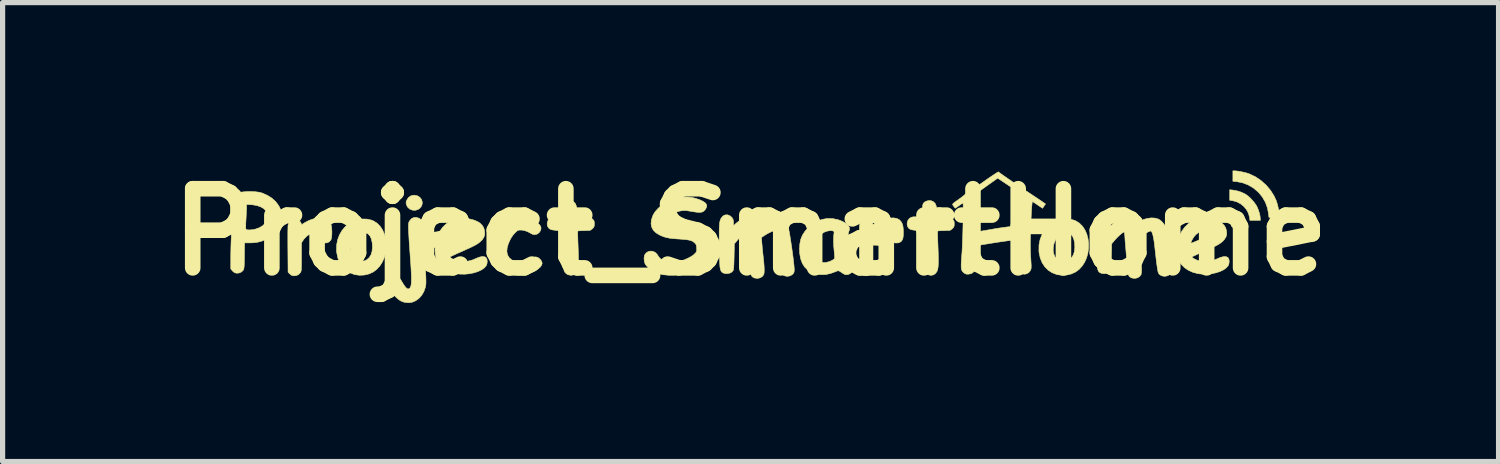
<source format=kicad_pcb>
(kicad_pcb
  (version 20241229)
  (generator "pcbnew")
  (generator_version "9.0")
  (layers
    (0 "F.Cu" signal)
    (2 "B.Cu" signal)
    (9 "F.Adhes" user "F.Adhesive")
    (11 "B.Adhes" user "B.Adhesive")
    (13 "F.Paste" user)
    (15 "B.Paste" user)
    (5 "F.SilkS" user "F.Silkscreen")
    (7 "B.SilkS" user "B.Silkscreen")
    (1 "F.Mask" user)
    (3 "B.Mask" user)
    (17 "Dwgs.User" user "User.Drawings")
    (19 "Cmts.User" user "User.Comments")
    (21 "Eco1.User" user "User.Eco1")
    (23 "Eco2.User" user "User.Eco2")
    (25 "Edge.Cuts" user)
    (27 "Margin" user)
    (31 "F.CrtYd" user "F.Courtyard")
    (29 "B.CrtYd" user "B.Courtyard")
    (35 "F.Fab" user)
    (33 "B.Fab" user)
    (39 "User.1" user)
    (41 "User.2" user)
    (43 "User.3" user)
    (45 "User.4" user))
  (footprint "Project_SmartHome"
    (layer "F.Cu")
    (at 11.401 1.418)
    (property "Reference" "Project_SmartHome" (at 0 0 0) (layer "F.SilkS") (effects (font (size 1.524 1.524) (thickness 0.3))))
    (attr through_hole)
    (fp_poly (pts (xy 9.161 -0.453) (xy 9.237 -0.433) (xy 9.306 -0.396) (xy 9.365 -0.344) (xy 9.412 -0.281) (xy 9.444 -0.21) (xy 9.455 -0.159) (xy 9.462 -0.112) (xy 9.258 -0.112) (xy 9.252 -0.143) (xy 9.237 -0.176) (xy 9.21 -0.209) (xy 9.177 -0.236) (xy 9.145 -0.25) (xy 9.114 -0.257) (xy 9.114 -0.46) (xy 9.161 -0.453)) (stroke (width 0.01) (type solid)) (fill yes) (layer "F.SilkS"))
    (fp_poly (pts (xy -6.462 -0.709) (xy -6.409 -0.696) (xy -6.368 -0.669) (xy -6.339 -0.633) (xy -6.323 -0.591) (xy -6.321 -0.546) (xy -6.334 -0.503) (xy -6.362 -0.464) (xy -6.401 -0.435) (xy -6.453 -0.419) (xy -6.507 -0.421) (xy -6.56 -0.442) (xy -6.598 -0.474) (xy -6.618 -0.508) (xy -6.631 -0.544) (xy -6.633 -0.572) (xy -6.625 -0.601) (xy -6.614 -0.625) (xy -6.582 -0.669) (xy -6.539 -0.698) (xy -6.486 -0.71) (xy -6.462 -0.709)) (stroke (width 0.01) (type solid)) (fill yes) (layer "F.SilkS"))
    (fp_poly (pts (xy 9.289 -0.808) (xy 9.362 -0.795) (xy 9.439 -0.771) (xy 9.509 -0.74) (xy 9.54 -0.722) (xy 9.59 -0.684) (xy 9.642 -0.634) (xy 9.69 -0.579) (xy 9.731 -0.523) (xy 9.752 -0.485) (xy 9.775 -0.43) (xy 9.795 -0.369) (xy 9.808 -0.311) (xy 9.814 -0.262) (xy 9.814 -0.257) (xy 9.815 -0.224) (xy 9.614 -0.224) (xy 9.607 -0.279) (xy 9.587 -0.357) (xy 9.55 -0.429) (xy 9.498 -0.492) (xy 9.434 -0.544) (xy 9.36 -0.583) (xy 9.278 -0.605) (xy 9.27 -0.606) (xy 9.225 -0.612) (xy 9.225 -0.815) (xy 9.289 -0.808)) (stroke (width 0.01) (type solid)) (fill yes) (layer "F.SilkS"))
    (fp_poly (pts (xy 9.366 -1.175) (xy 9.424 -1.166) (xy 9.488 -1.153) (xy 9.549 -1.138) (xy 9.602 -1.121) (xy 9.607 -1.118) (xy 9.723 -1.063) (xy 9.83 -0.99) (xy 9.927 -0.903) (xy 10.011 -0.803) (xy 10.08 -0.694) (xy 10.12 -0.606) (xy 10.137 -0.554) (xy 10.153 -0.494) (xy 10.167 -0.43) (xy 10.176 -0.371) (xy 10.18 -0.324) (xy 10.18 -0.319) (xy 10.18 -0.284) (xy 9.98 -0.284) (xy 9.973 -0.351) (xy 9.951 -0.465) (xy 9.911 -0.575) (xy 9.852 -0.676) (xy 9.778 -0.766) (xy 9.773 -0.771) (xy 9.683 -0.847) (xy 9.583 -0.906) (xy 9.474 -0.948) (xy 9.36 -0.971) (xy 9.353 -0.971) (xy 9.286 -0.978) (xy 9.286 -1.179) (xy 9.32 -1.179) (xy 9.366 -1.175)) (stroke (width 0.01) (type solid)) (fill yes) (layer "F.SilkS"))
    (fp_poly (pts (xy -7.386 -0.25) (xy -7.305 -0.232) (xy -7.259 -0.214) (xy -7.189 -0.169) (xy -7.13 -0.109) (xy -7.084 -0.038) (xy -7.049 0.042) (xy -7.026 0.129) (xy -7.015 0.22) (xy -7.016 0.313) (xy -7.029 0.405) (xy -7.053 0.494) (xy -7.09 0.578) (xy -7.138 0.653) (xy -7.198 0.719) (xy -7.266 0.769) (xy -7.346 0.806) (xy -7.435 0.827) (xy -7.527 0.832) (xy -7.617 0.82) (xy -7.63 0.817) (xy -7.717 0.783) (xy -7.793 0.734) (xy -7.858 0.669) (xy -7.909 0.591) (xy -7.946 0.501) (xy -7.967 0.4) (xy -7.972 0.358) (xy -7.971 0.347) (xy -7.697 0.347) (xy -7.687 0.414) (xy -7.665 0.47) (xy -7.631 0.516) (xy -7.589 0.548) (xy -7.539 0.566) (xy -7.483 0.567) (xy -7.424 0.55) (xy -7.393 0.535) (xy -7.345 0.495) (xy -7.309 0.44) (xy -7.288 0.372) (xy -7.28 0.291) (xy -7.285 0.207) (xy -7.301 0.133) (xy -7.327 0.077) (xy -7.363 0.037) (xy -7.41 0.015) (xy -7.452 0.01) (xy -7.511 0.02) (xy -7.566 0.048) (xy -7.614 0.091) (xy -7.652 0.15) (xy -7.68 0.22) (xy -7.692 0.272) (xy -7.697 0.347) (xy -7.971 0.347) (xy -7.97 0.251) (xy -7.951 0.15) (xy -7.916 0.055) (xy -7.866 -0.031) (xy -7.804 -0.105) (xy -7.729 -0.167) (xy -7.644 -0.213) (xy -7.563 -0.24) (xy -7.474 -0.252) (xy -7.386 -0.25)) (stroke (width 0.01) (type solid)) (fill yes) (layer "F.SilkS"))
    (fp_poly (pts (xy 6.137 -0.25) (xy 6.218 -0.232) (xy 6.264 -0.214) (xy 6.334 -0.169) (xy 6.393 -0.109) (xy 6.439 -0.038) (xy 6.474 0.042) (xy 6.497 0.129) (xy 6.508 0.22) (xy 6.507 0.313) (xy 6.494 0.405) (xy 6.47 0.494) (xy 6.433 0.578) (xy 6.385 0.653) (xy 6.325 0.719) (xy 6.257 0.769) (xy 6.177 0.806) (xy 6.088 0.827) (xy 5.996 0.832) (xy 5.906 0.82) (xy 5.893 0.817) (xy 5.806 0.783) (xy 5.73 0.734) (xy 5.665 0.669) (xy 5.614 0.591) (xy 5.577 0.501) (xy 5.555 0.4) (xy 5.551 0.358) (xy 5.552 0.347) (xy 5.826 0.347) (xy 5.835 0.414) (xy 5.858 0.47) (xy 5.891 0.516) (xy 5.934 0.548) (xy 5.984 0.566) (xy 6.04 0.567) (xy 6.099 0.55) (xy 6.13 0.535) (xy 6.178 0.495) (xy 6.214 0.44) (xy 6.235 0.372) (xy 6.243 0.291) (xy 6.238 0.207) (xy 6.222 0.133) (xy 6.196 0.077) (xy 6.16 0.037) (xy 6.113 0.015) (xy 6.071 0.01) (xy 6.011 0.02) (xy 5.957 0.048) (xy 5.909 0.091) (xy 5.871 0.15) (xy 5.843 0.22) (xy 5.831 0.272) (xy 5.826 0.347) (xy 5.552 0.347) (xy 5.553 0.251) (xy 5.572 0.15) (xy 5.607 0.055) (xy 5.657 -0.031) (xy 5.719 -0.105) (xy 5.794 -0.167) (xy 5.879 -0.213) (xy 5.96 -0.24) (xy 6.049 -0.252) (xy 6.137 -0.25)) (stroke (width 0.01) (type solid)) (fill yes) (layer "F.SilkS"))
    (fp_poly (pts (xy -8.187 -0.262) (xy -8.139 -0.237) (xy -8.102 -0.197) (xy -8.08 -0.154) (xy -8.07 -0.116) (xy -8.064 -0.066) (xy -8.061 -0.01) (xy -8.062 0.046) (xy -8.066 0.096) (xy -8.074 0.135) (xy -8.08 0.15) (xy -8.111 0.187) (xy -8.153 0.207) (xy -8.207 0.211) (xy -8.212 0.211) (xy -8.255 0.202) (xy -8.285 0.185) (xy -8.305 0.156) (xy -8.316 0.112) (xy -8.32 0.072) (xy -8.324 0.034) (xy -8.328 0.004) (xy -8.331 -0.013) (xy -8.332 -0.014) (xy -8.346 -0.016) (xy -8.373 -0.01) (xy -8.408 0.002) (xy -8.446 0.017) (xy -8.465 0.027) (xy -8.538 0.073) (xy -8.597 0.133) (xy -8.617 0.162) (xy -8.646 0.207) (xy -8.646 0.477) (xy -8.646 0.559) (xy -8.647 0.623) (xy -8.648 0.671) (xy -8.649 0.708) (xy -8.651 0.734) (xy -8.655 0.752) (xy -8.659 0.766) (xy -8.665 0.777) (xy -8.666 0.779) (xy -8.699 0.815) (xy -8.742 0.837) (xy -8.791 0.843) (xy -8.834 0.834) (xy -8.855 0.82) (xy -8.878 0.8) (xy -8.88 0.798) (xy -8.905 0.771) (xy -8.908 0.347) (xy -8.909 0.254) (xy -8.909 0.165) (xy -8.909 0.084) (xy -8.909 0.011) (xy -8.908 -0.049) (xy -8.907 -0.095) (xy -8.906 -0.124) (xy -8.905 -0.13) (xy -8.891 -0.184) (xy -8.865 -0.222) (xy -8.826 -0.245) (xy -8.797 -0.251) (xy -8.743 -0.249) (xy -8.7 -0.231) (xy -8.668 -0.198) (xy -8.66 -0.183) (xy -8.643 -0.144) (xy -8.591 -0.177) (xy -8.507 -0.222) (xy -8.424 -0.252) (xy -8.335 -0.269) (xy -8.325 -0.27) (xy -8.248 -0.273) (xy -8.187 -0.262)) (stroke (width 0.01) (type solid)) (fill yes) (layer "F.SilkS"))
    (fp_poly (pts (xy 2.816 -0.262) (xy 2.865 -0.237) (xy 2.901 -0.197) (xy 2.923 -0.154) (xy 2.933 -0.116) (xy 2.939 -0.066) (xy 2.942 -0.01) (xy 2.942 0.046) (xy 2.937 0.096) (xy 2.929 0.135) (xy 2.923 0.15) (xy 2.893 0.187) (xy 2.85 0.207) (xy 2.796 0.211) (xy 2.791 0.211) (xy 2.748 0.202) (xy 2.718 0.185) (xy 2.699 0.156) (xy 2.687 0.112) (xy 2.683 0.072) (xy 2.679 0.034) (xy 2.676 0.004) (xy 2.672 -0.013) (xy 2.671 -0.014) (xy 2.658 -0.016) (xy 2.631 -0.01) (xy 2.595 0.002) (xy 2.558 0.017) (xy 2.538 0.027) (xy 2.465 0.073) (xy 2.406 0.133) (xy 2.386 0.162) (xy 2.357 0.207) (xy 2.357 0.477) (xy 2.357 0.559) (xy 2.357 0.623) (xy 2.356 0.671) (xy 2.354 0.708) (xy 2.352 0.734) (xy 2.349 0.752) (xy 2.344 0.766) (xy 2.338 0.777) (xy 2.337 0.779) (xy 2.304 0.815) (xy 2.261 0.837) (xy 2.212 0.843) (xy 2.169 0.834) (xy 2.148 0.82) (xy 2.125 0.8) (xy 2.123 0.798) (xy 2.098 0.771) (xy 2.095 0.347) (xy 2.094 0.254) (xy 2.094 0.165) (xy 2.094 0.084) (xy 2.095 0.011) (xy 2.095 -0.049) (xy 2.096 -0.095) (xy 2.098 -0.124) (xy 2.098 -0.13) (xy 2.112 -0.184) (xy 2.138 -0.222) (xy 2.178 -0.245) (xy 2.206 -0.251) (xy 2.26 -0.249) (xy 2.304 -0.231) (xy 2.335 -0.198) (xy 2.343 -0.183) (xy 2.36 -0.144) (xy 2.412 -0.177) (xy 2.496 -0.222) (xy 2.579 -0.252) (xy 2.669 -0.269) (xy 2.679 -0.27) (xy 2.755 -0.273) (xy 2.816 -0.262)) (stroke (width 0.01) (type solid)) (fill yes) (layer "F.SilkS"))
    (fp_poly (pts (xy -4.344 -0.272) (xy -4.247 -0.245) (xy -4.158 -0.208) (xy -4.098 -0.172) (xy -4.057 -0.134) (xy -4.036 -0.095) (xy -4.036 -0.053) (xy -4.055 -0.01) (xy -4.072 0.011) (xy -4.105 0.037) (xy -4.143 0.048) (xy -4.169 0.049) (xy -4.192 0.045) (xy -4.218 0.033) (xy -4.248 0.016) (xy -4.3 -0.011) (xy -4.357 -0.03) (xy -4.412 -0.039) (xy -4.459 -0.038) (xy -4.466 -0.036) (xy -4.495 -0.022) (xy -4.529 0.008) (xy -4.566 0.049) (xy -4.6 0.096) (xy -4.625 0.139) (xy -4.665 0.228) (xy -4.687 0.307) (xy -4.692 0.378) (xy -4.679 0.44) (xy -4.649 0.491) (xy -4.602 0.533) (xy -4.58 0.545) (xy -4.547 0.56) (xy -4.516 0.569) (xy -4.479 0.573) (xy -4.445 0.573) (xy -4.408 0.573) (xy -4.378 0.57) (xy -4.35 0.563) (xy -4.318 0.551) (xy -4.275 0.532) (xy -4.261 0.526) (xy -4.217 0.506) (xy -4.178 0.49) (xy -4.149 0.48) (xy -4.135 0.478) (xy -4.1 0.487) (xy -4.065 0.51) (xy -4.036 0.543) (xy -4.017 0.58) (xy -4.013 0.604) (xy -4.023 0.638) (xy -4.05 0.675) (xy -4.094 0.711) (xy -4.152 0.747) (xy -4.214 0.776) (xy -4.307 0.81) (xy -4.391 0.828) (xy -4.473 0.831) (xy -4.557 0.821) (xy -4.59 0.813) (xy -4.687 0.778) (xy -4.77 0.73) (xy -4.838 0.669) (xy -4.89 0.598) (xy -4.927 0.516) (xy -4.947 0.427) (xy -4.951 0.331) (xy -4.936 0.23) (xy -4.904 0.126) (xy -4.891 0.096) (xy -4.849 0.013) (xy -4.797 -0.066) (xy -4.74 -0.136) (xy -4.679 -0.194) (xy -4.619 -0.237) (xy -4.598 -0.248) (xy -4.521 -0.274) (xy -4.436 -0.281) (xy -4.344 -0.272)) (stroke (width 0.01) (type solid)) (fill yes) (layer "F.SilkS"))
    (fp_poly (pts (xy -6.385 -0.267) (xy -6.38 -0.264) (xy -6.352 -0.246) (xy -6.329 -0.226) (xy -6.325 -0.221) (xy -6.32 -0.204) (xy -6.315 -0.167) (xy -6.309 -0.113) (xy -6.302 -0.041) (xy -6.295 0.047) (xy -6.288 0.15) (xy -6.281 0.267) (xy -6.274 0.398) (xy -6.267 0.54) (xy -6.259 0.693) (xy -6.258 0.732) (xy -6.254 0.814) (xy -6.251 0.879) (xy -6.25 0.93) (xy -6.25 0.969) (xy -6.251 1) (xy -6.254 1.024) (xy -6.258 1.046) (xy -6.262 1.067) (xy -6.292 1.15) (xy -6.335 1.222) (xy -6.388 1.28) (xy -6.449 1.323) (xy -6.516 1.351) (xy -6.588 1.361) (xy -6.663 1.352) (xy -6.682 1.347) (xy -6.733 1.327) (xy -6.779 1.297) (xy -6.827 1.255) (xy -6.852 1.229) (xy -6.885 1.189) (xy -6.917 1.141) (xy -6.947 1.091) (xy -6.971 1.042) (xy -6.988 0.998) (xy -6.996 0.964) (xy -6.996 0.95) (xy -6.978 0.903) (xy -6.946 0.867) (xy -6.906 0.843) (xy -6.861 0.834) (xy -6.815 0.842) (xy -6.793 0.853) (xy -6.77 0.873) (xy -6.745 0.905) (xy -6.725 0.935) (xy -6.685 1.002) (xy -6.651 1.051) (xy -6.623 1.081) (xy -6.598 1.095) (xy -6.577 1.092) (xy -6.576 1.091) (xy -6.563 1.081) (xy -6.552 1.066) (xy -6.543 1.046) (xy -6.536 1.018) (xy -6.532 0.982) (xy -6.53 0.936) (xy -6.53 0.878) (xy -6.532 0.808) (xy -6.536 0.722) (xy -6.542 0.621) (xy -6.551 0.502) (xy -6.558 0.396) (xy -6.565 0.307) (xy -6.571 0.22) (xy -6.576 0.137) (xy -6.58 0.063) (xy -6.584 0.000224) (xy -6.586 -0.048) (xy -6.587 -0.071) (xy -6.587 -0.12) (xy -6.586 -0.155) (xy -6.582 -0.179) (xy -6.575 -0.198) (xy -6.565 -0.216) (xy -6.53 -0.257) (xy -6.487 -0.279) (xy -6.438 -0.283) (xy -6.385 -0.267)) (stroke (width 0.01) (type solid)) (fill yes) (layer "F.SilkS"))
    (fp_poly (pts (xy -5.485 -0.262) (xy -5.399 -0.25) (xy -5.319 -0.229) (xy -5.25 -0.198) (xy -5.203 -0.167) (xy -5.163 -0.125) (xy -5.137 -0.08) (xy -5.122 -0.025) (xy -5.117 0.036) (xy -5.13 0.089) (xy -5.16 0.14) (xy -5.186 0.169) (xy -5.209 0.189) (xy -5.233 0.209) (xy -5.263 0.229) (xy -5.3 0.251) (xy -5.346 0.275) (xy -5.404 0.303) (xy -5.475 0.335) (xy -5.562 0.375) (xy -5.59 0.387) (xy -5.648 0.412) (xy -5.699 0.436) (xy -5.74 0.455) (xy -5.77 0.469) (xy -5.784 0.477) (xy -5.785 0.477) (xy -5.783 0.487) (xy -5.766 0.501) (xy -5.738 0.517) (xy -5.704 0.534) (xy -5.667 0.548) (xy -5.64 0.555) (xy -5.543 0.569) (xy -5.447 0.562) (xy -5.351 0.536) (xy -5.293 0.511) (xy -5.23 0.485) (xy -5.175 0.472) (xy -5.13 0.473) (xy -5.097 0.488) (xy -5.089 0.496) (xy -5.074 0.529) (xy -5.07 0.57) (xy -5.076 0.614) (xy -5.089 0.647) (xy -5.126 0.69) (xy -5.18 0.728) (xy -5.248 0.76) (xy -5.326 0.785) (xy -5.411 0.802) (xy -5.5 0.811) (xy -5.59 0.81) (xy -5.664 0.802) (xy -5.764 0.777) (xy -5.854 0.737) (xy -5.931 0.685) (xy -5.994 0.621) (xy -6.04 0.546) (xy -6.043 0.54) (xy -6.06 0.488) (xy -6.071 0.422) (xy -6.076 0.348) (xy -6.074 0.272) (xy -6.066 0.208) (xy -5.807 0.208) (xy -5.803 0.212) (xy -5.79 0.21) (xy -5.766 0.201) (xy -5.728 0.186) (xy -5.687 0.168) (xy -5.631 0.143) (xy -5.572 0.117) (xy -5.518 0.092) (xy -5.479 0.073) (xy -5.442 0.053) (xy -5.412 0.036) (xy -5.394 0.025) (xy -5.391 0.022) (xy -5.394 0.011) (xy -5.413 0.001) (xy -5.443 -0.007) (xy -5.482 -0.013) (xy -5.524 -0.017) (xy -5.566 -0.017) (xy -5.602 -0.014) (xy -5.617 -0.011) (xy -5.665 0.012) (xy -5.713 0.05) (xy -5.755 0.1) (xy -5.789 0.158) (xy -5.806 0.2) (xy -5.807 0.208) (xy -6.066 0.208) (xy -6.065 0.2) (xy -6.061 0.178) (xy -6.03 0.077) (xy -5.985 -0.014) (xy -5.927 -0.094) (xy -5.859 -0.16) (xy -5.782 -0.211) (xy -5.697 -0.245) (xy -5.66 -0.254) (xy -5.574 -0.264) (xy -5.485 -0.262)) (stroke (width 0.01) (type solid)) (fill yes) (layer "F.SilkS"))
    (fp_poly (pts (xy 8.8 -0.262) (xy 8.886 -0.25) (xy 8.966 -0.229) (xy 9.035 -0.198) (xy 9.082 -0.167) (xy 9.122 -0.125) (xy 9.148 -0.08) (xy 9.163 -0.025) (xy 9.168 0.036) (xy 9.155 0.089) (xy 9.124 0.14) (xy 9.099 0.169) (xy 9.076 0.189) (xy 9.052 0.209) (xy 9.022 0.229) (xy 8.985 0.251) (xy 8.939 0.275) (xy 8.881 0.303) (xy 8.81 0.335) (xy 8.723 0.375) (xy 8.695 0.387) (xy 8.637 0.412) (xy 8.586 0.436) (xy 8.545 0.455) (xy 8.515 0.469) (xy 8.501 0.477) (xy 8.5 0.477) (xy 8.502 0.487) (xy 8.519 0.501) (xy 8.547 0.517) (xy 8.581 0.534) (xy 8.618 0.548) (xy 8.645 0.555) (xy 8.742 0.569) (xy 8.838 0.562) (xy 8.934 0.536) (xy 8.992 0.511) (xy 9.055 0.485) (xy 9.11 0.472) (xy 9.155 0.473) (xy 9.188 0.488) (xy 9.196 0.496) (xy 9.211 0.529) (xy 9.215 0.57) (xy 9.209 0.614) (xy 9.196 0.647) (xy 9.158 0.69) (xy 9.105 0.728) (xy 9.037 0.76) (xy 8.959 0.785) (xy 8.874 0.802) (xy 8.785 0.811) (xy 8.695 0.81) (xy 8.621 0.802) (xy 8.521 0.777) (xy 8.431 0.737) (xy 8.354 0.685) (xy 8.291 0.621) (xy 8.245 0.546) (xy 8.242 0.54) (xy 8.225 0.488) (xy 8.214 0.422) (xy 8.209 0.348) (xy 8.211 0.272) (xy 8.219 0.208) (xy 8.478 0.208) (xy 8.482 0.212) (xy 8.495 0.21) (xy 8.519 0.201) (xy 8.556 0.186) (xy 8.598 0.168) (xy 8.654 0.143) (xy 8.713 0.117) (xy 8.767 0.092) (xy 8.806 0.073) (xy 8.843 0.053) (xy 8.873 0.036) (xy 8.891 0.025) (xy 8.894 0.022) (xy 8.891 0.011) (xy 8.872 0.001) (xy 8.842 -0.007) (xy 8.803 -0.013) (xy 8.761 -0.017) (xy 8.719 -0.017) (xy 8.683 -0.014) (xy 8.668 -0.011) (xy 8.62 0.012) (xy 8.572 0.05) (xy 8.53 0.1) (xy 8.496 0.158) (xy 8.479 0.2) (xy 8.478 0.208) (xy 8.219 0.208) (xy 8.22 0.2) (xy 8.224 0.178) (xy 8.255 0.077) (xy 8.3 -0.014) (xy 8.358 -0.094) (xy 8.426 -0.16) (xy 8.503 -0.211) (xy 8.588 -0.245) (xy 8.625 -0.254) (xy 8.711 -0.264) (xy 8.8 -0.262)) (stroke (width 0.01) (type solid)) (fill yes) (layer "F.SilkS"))
    (fp_poly (pts (xy 1.583 -0.259) (xy 1.687 -0.237) (xy 1.775 -0.202) (xy 1.837 -0.167) (xy 1.879 -0.13) (xy 1.902 -0.09) (xy 1.905 -0.05) (xy 1.895 -0.02) (xy 1.885 0.011) (xy 1.877 0.058) (xy 1.871 0.117) (xy 1.867 0.185) (xy 1.866 0.258) (xy 1.869 0.331) (xy 1.87 0.356) (xy 1.874 0.41) (xy 1.879 0.451) (xy 1.887 0.484) (xy 1.898 0.518) (xy 1.915 0.558) (xy 1.925 0.582) (xy 1.944 0.627) (xy 1.959 0.669) (xy 1.969 0.702) (xy 1.971 0.717) (xy 1.962 0.753) (xy 1.937 0.784) (xy 1.903 0.808) (xy 1.863 0.821) (xy 1.824 0.82) (xy 1.82 0.818) (xy 1.8 0.809) (xy 1.772 0.792) (xy 1.746 0.775) (xy 1.716 0.755) (xy 1.696 0.746) (xy 1.68 0.745) (xy 1.662 0.752) (xy 1.662 0.752) (xy 1.637 0.761) (xy 1.601 0.775) (xy 1.559 0.79) (xy 1.549 0.794) (xy 1.454 0.817) (xy 1.358 0.821) (xy 1.268 0.807) (xy 1.178 0.777) (xy 1.103 0.733) (xy 1.042 0.674) (xy 0.996 0.602) (xy 0.964 0.515) (xy 0.946 0.414) (xy 0.942 0.335) (xy 1.224 0.335) (xy 1.225 0.387) (xy 1.226 0.424) (xy 1.23 0.451) (xy 1.237 0.473) (xy 1.248 0.494) (xy 1.25 0.498) (xy 1.285 0.542) (xy 1.333 0.572) (xy 1.389 0.587) (xy 1.452 0.585) (xy 1.519 0.568) (xy 1.548 0.555) (xy 1.58 0.538) (xy 1.604 0.523) (xy 1.613 0.515) (xy 1.617 0.498) (xy 1.617 0.461) (xy 1.613 0.405) (xy 1.61 0.376) (xy 1.601 0.271) (xy 1.597 0.177) (xy 1.598 0.096) (xy 1.604 0.037) (xy 1.608 0.008) (xy 1.607 -0.008) (xy 1.597 -0.017) (xy 1.586 -0.022) (xy 1.55 -0.028) (xy 1.504 -0.024) (xy 1.454 -0.012) (xy 1.413 0.005) (xy 1.356 0.042) (xy 1.303 0.093) (xy 1.26 0.151) (xy 1.251 0.167) (xy 1.239 0.191) (xy 1.232 0.214) (xy 1.227 0.239) (xy 1.225 0.274) (xy 1.224 0.322) (xy 1.224 0.335) (xy 0.942 0.335) (xy 0.942 0.33) (xy 0.948 0.229) (xy 0.966 0.14) (xy 0.998 0.061) (xy 1.045 -0.012) (xy 1.102 -0.077) (xy 1.189 -0.152) (xy 1.281 -0.208) (xy 1.379 -0.244) (xy 1.479 -0.262) (xy 1.583 -0.259)) (stroke (width 0.01) (type solid)) (fill yes) (layer "F.SilkS"))
    (fp_poly (pts (xy -9.531 -0.776) (xy -9.457 -0.766) (xy -9.397 -0.75) (xy -9.396 -0.749) (xy -9.299 -0.705) (xy -9.214 -0.651) (xy -9.143 -0.586) (xy -9.089 -0.515) (xy -9.069 -0.479) (xy -9.055 -0.447) (xy -9.045 -0.42) (xy -9.04 -0.392) (xy -9.038 -0.357) (xy -9.038 -0.309) (xy -9.038 -0.305) (xy -9.039 -0.249) (xy -9.043 -0.207) (xy -9.05 -0.173) (xy -9.061 -0.14) (xy -9.107 -0.051) (xy -9.17 0.026) (xy -9.248 0.093) (xy -9.331 0.141) (xy -9.409 0.174) (xy -9.488 0.195) (xy -9.573 0.206) (xy -9.634 0.208) (xy -9.742 0.208) (xy -9.745 0.457) (xy -9.746 0.536) (xy -9.748 0.597) (xy -9.749 0.642) (xy -9.752 0.676) (xy -9.755 0.699) (xy -9.759 0.716) (xy -9.764 0.728) (xy -9.768 0.735) (xy -9.802 0.768) (xy -9.847 0.788) (xy -9.896 0.792) (xy -9.932 0.783) (xy -9.952 0.769) (xy -9.976 0.748) (xy -9.98 0.742) (xy -10.008 0.71) (xy -10.008 0.474) (xy -10.007 0.393) (xy -10.005 0.298) (xy -10.002 0.197) (xy -9.998 0.096) (xy -9.994 0.002) (xy -9.992 -0.03) (xy -9.989 -0.094) (xy -9.72 -0.094) (xy -9.719 -0.07) (xy -9.716 -0.057) (xy -9.712 -0.05) (xy -9.711 -0.05) (xy -9.688 -0.043) (xy -9.651 -0.041) (xy -9.607 -0.044) (xy -9.56 -0.051) (xy -9.537 -0.056) (xy -9.457 -0.084) (xy -9.392 -0.123) (xy -9.343 -0.172) (xy -9.311 -0.229) (xy -9.297 -0.294) (xy -9.297 -0.309) (xy -9.306 -0.363) (xy -9.333 -0.412) (xy -9.377 -0.454) (xy -9.435 -0.487) (xy -9.506 -0.511) (xy -9.588 -0.525) (xy -9.609 -0.526) (xy -9.703 -0.531) (xy -9.703 -0.487) (xy -9.703 -0.463) (xy -9.705 -0.422) (xy -9.708 -0.37) (xy -9.711 -0.31) (xy -9.714 -0.25) (xy -9.718 -0.182) (xy -9.72 -0.13) (xy -9.72 -0.094) (xy -9.989 -0.094) (xy -9.988 -0.115) (xy -9.983 -0.204) (xy -9.978 -0.291) (xy -9.974 -0.373) (xy -9.97 -0.442) (xy -9.969 -0.473) (xy -9.965 -0.54) (xy -9.962 -0.59) (xy -9.957 -0.627) (xy -9.952 -0.655) (xy -9.945 -0.677) (xy -9.938 -0.693) (xy -9.923 -0.719) (xy -9.907 -0.737) (xy -9.884 -0.751) (xy -9.85 -0.761) (xy -9.802 -0.769) (xy -9.775 -0.773) (xy -9.695 -0.78) (xy -9.612 -0.781) (xy -9.531 -0.776)) (stroke (width 0.01) (type solid)) (fill yes) (layer "F.SilkS"))
    (fp_poly (pts (xy -3.453 -0.604) (xy -3.409 -0.585) (xy -3.376 -0.552) (xy -3.369 -0.54) (xy -3.357 -0.508) (xy -3.347 -0.464) (xy -3.339 -0.414) (xy -3.335 -0.367) (xy -3.335 -0.328) (xy -3.335 -0.324) (xy -3.34 -0.286) (xy -3.267 -0.292) (xy -3.189 -0.295) (xy -3.128 -0.289) (xy -3.081 -0.276) (xy -3.046 -0.254) (xy -3.041 -0.249) (xy -3.021 -0.227) (xy -3.011 -0.206) (xy -3.008 -0.177) (xy -3.007 -0.159) (xy -3.009 -0.124) (xy -3.015 -0.101) (xy -3.03 -0.08) (xy -3.043 -0.066) (xy -3.069 -0.045) (xy -3.093 -0.032) (xy -3.102 -0.03) (xy -3.121 -0.029) (xy -3.156 -0.029) (xy -3.199 -0.028) (xy -3.222 -0.027) (xy -3.265 -0.026) (xy -3.3 -0.024) (xy -3.322 -0.021) (xy -3.327 -0.019) (xy -3.328 -0.008) (xy -3.328 0.021) (xy -3.328 0.065) (xy -3.326 0.121) (xy -3.324 0.187) (xy -3.321 0.26) (xy -3.321 0.265) (xy -3.317 0.376) (xy -3.314 0.468) (xy -3.314 0.544) (xy -3.314 0.605) (xy -3.317 0.655) (xy -3.322 0.694) (xy -3.328 0.725) (xy -3.337 0.75) (xy -3.341 0.759) (xy -3.373 0.801) (xy -3.414 0.826) (xy -3.462 0.833) (xy -3.515 0.821) (xy -3.523 0.818) (xy -3.551 0.799) (xy -3.575 0.773) (xy -3.577 0.77) (xy -3.586 0.754) (xy -3.592 0.738) (xy -3.595 0.716) (xy -3.595 0.685) (xy -3.594 0.639) (xy -3.593 0.613) (xy -3.592 0.581) (xy -3.592 0.535) (xy -3.592 0.478) (xy -3.593 0.414) (xy -3.595 0.345) (xy -3.596 0.275) (xy -3.598 0.205) (xy -3.6 0.141) (xy -3.603 0.083) (xy -3.605 0.036) (xy -3.607 0.003) (xy -3.609 -0.015) (xy -3.61 -0.016) (xy -3.62 -0.018) (xy -3.646 -0.021) (xy -3.684 -0.026) (xy -3.72 -0.029) (xy -3.768 -0.035) (xy -3.81 -0.041) (xy -3.842 -0.048) (xy -3.854 -0.052) (xy -3.888 -0.077) (xy -3.909 -0.113) (xy -3.917 -0.155) (xy -3.911 -0.198) (xy -3.893 -0.238) (xy -3.862 -0.269) (xy -3.845 -0.279) (xy -3.822 -0.288) (xy -3.798 -0.293) (xy -3.765 -0.294) (xy -3.719 -0.292) (xy -3.711 -0.291) (xy -3.616 -0.285) (xy -3.619 -0.404) (xy -3.619 -0.466) (xy -3.616 -0.511) (xy -3.608 -0.543) (xy -3.593 -0.565) (xy -3.571 -0.583) (xy -3.551 -0.593) (xy -3.502 -0.607) (xy -3.453 -0.604)) (stroke (width 0.01) (type solid)) (fill yes) (layer "F.SilkS"))
    (fp_poly (pts (xy 3.476 -0.604) (xy 3.52 -0.585) (xy 3.553 -0.552) (xy 3.56 -0.54) (xy 3.572 -0.508) (xy 3.582 -0.464) (xy 3.59 -0.414) (xy 3.594 -0.367) (xy 3.594 -0.328) (xy 3.594 -0.324) (xy 3.589 -0.286) (xy 3.662 -0.292) (xy 3.74 -0.295) (xy 3.801 -0.289) (xy 3.848 -0.276) (xy 3.883 -0.254) (xy 3.888 -0.249) (xy 3.908 -0.227) (xy 3.918 -0.206) (xy 3.921 -0.177) (xy 3.922 -0.159) (xy 3.92 -0.124) (xy 3.914 -0.101) (xy 3.899 -0.08) (xy 3.886 -0.066) (xy 3.86 -0.045) (xy 3.836 -0.032) (xy 3.827 -0.03) (xy 3.808 -0.029) (xy 3.773 -0.029) (xy 3.731 -0.028) (xy 3.707 -0.027) (xy 3.664 -0.026) (xy 3.629 -0.024) (xy 3.607 -0.021) (xy 3.602 -0.019) (xy 3.601 -0.008) (xy 3.601 0.021) (xy 3.601 0.065) (xy 3.603 0.121) (xy 3.605 0.187) (xy 3.608 0.26) (xy 3.608 0.265) (xy 3.612 0.376) (xy 3.615 0.468) (xy 3.616 0.544) (xy 3.615 0.605) (xy 3.612 0.655) (xy 3.607 0.694) (xy 3.601 0.725) (xy 3.592 0.75) (xy 3.588 0.759) (xy 3.557 0.801) (xy 3.516 0.826) (xy 3.467 0.833) (xy 3.414 0.821) (xy 3.406 0.818) (xy 3.378 0.799) (xy 3.354 0.773) (xy 3.352 0.77) (xy 3.343 0.754) (xy 3.337 0.738) (xy 3.335 0.716) (xy 3.334 0.685) (xy 3.335 0.639) (xy 3.337 0.613) (xy 3.337 0.581) (xy 3.337 0.535) (xy 3.337 0.478) (xy 3.336 0.414) (xy 3.335 0.345) (xy 3.333 0.275) (xy 3.331 0.205) (xy 3.329 0.141) (xy 3.326 0.083) (xy 3.324 0.036) (xy 3.322 0.003) (xy 3.32 -0.015) (xy 3.319 -0.016) (xy 3.309 -0.018) (xy 3.283 -0.021) (xy 3.245 -0.026) (xy 3.209 -0.029) (xy 3.162 -0.035) (xy 3.119 -0.041) (xy 3.087 -0.048) (xy 3.075 -0.052) (xy 3.041 -0.077) (xy 3.02 -0.113) (xy 3.013 -0.155) (xy 3.018 -0.198) (xy 3.036 -0.238) (xy 3.067 -0.269) (xy 3.084 -0.279) (xy 3.107 -0.288) (xy 3.131 -0.293) (xy 3.164 -0.294) (xy 3.21 -0.292) (xy 3.218 -0.291) (xy 3.313 -0.285) (xy 3.31 -0.404) (xy 3.31 -0.466) (xy 3.313 -0.511) (xy 3.321 -0.543) (xy 3.336 -0.565) (xy 3.358 -0.583) (xy 3.378 -0.593) (xy 3.427 -0.607) (xy 3.476 -0.604)) (stroke (width 0.01) (type solid)) (fill yes) (layer "F.SilkS"))
    (fp_poly (pts (xy -1.27 -0.674) (xy -1.211 -0.674) (xy -1.165 -0.671) (xy -1.126 -0.665) (xy -1.087 -0.656) (xy -1.053 -0.647) (xy -0.974 -0.62) (xy -0.915 -0.592) (xy -0.874 -0.564) (xy -0.85 -0.534) (xy -0.843 -0.504) (xy -0.852 -0.469) (xy -0.873 -0.432) (xy -0.902 -0.402) (xy -0.915 -0.394) (xy -0.937 -0.385) (xy -0.962 -0.38) (xy -0.994 -0.379) (xy -1.036 -0.382) (xy -1.092 -0.39) (xy -1.16 -0.401) (xy -1.212 -0.41) (xy -1.251 -0.415) (xy -1.284 -0.415) (xy -1.317 -0.412) (xy -1.343 -0.408) (xy -1.391 -0.397) (xy -1.445 -0.379) (xy -1.49 -0.36) (xy -1.548 -0.327) (xy -1.591 -0.291) (xy -1.616 -0.255) (xy -1.622 -0.219) (xy -1.611 -0.187) (xy -1.594 -0.168) (xy -1.571 -0.153) (xy -1.539 -0.141) (xy -1.495 -0.132) (xy -1.436 -0.126) (xy -1.362 -0.12) (xy -1.25 -0.112) (xy -1.156 -0.1) (xy -1.077 -0.084) (xy -1.01 -0.063) (xy -0.952 -0.036) (xy -0.901 -0.003) (xy -0.865 0.026) (xy -0.812 0.086) (xy -0.773 0.159) (xy -0.748 0.239) (xy -0.738 0.323) (xy -0.744 0.407) (xy -0.765 0.487) (xy -0.777 0.513) (xy -0.819 0.577) (xy -0.878 0.635) (xy -0.952 0.687) (xy -1.038 0.733) (xy -1.135 0.771) (xy -1.24 0.801) (xy -1.349 0.821) (xy -1.462 0.832) (xy -1.575 0.832) (xy -1.686 0.821) (xy -1.706 0.818) (xy -1.784 0.797) (xy -1.859 0.765) (xy -1.926 0.724) (xy -1.981 0.677) (xy -2.022 0.627) (xy -2.033 0.606) (xy -2.047 0.558) (xy -2.051 0.506) (xy -2.045 0.458) (xy -2.037 0.436) (xy -2.007 0.398) (xy -1.968 0.375) (xy -1.923 0.366) (xy -1.878 0.372) (xy -1.835 0.392) (xy -1.801 0.426) (xy -1.789 0.445) (xy -1.755 0.493) (xy -1.709 0.534) (xy -1.659 0.56) (xy -1.623 0.568) (xy -1.573 0.573) (xy -1.514 0.574) (xy -1.452 0.571) (xy -1.395 0.566) (xy -1.346 0.557) (xy -1.341 0.556) (xy -1.278 0.535) (xy -1.215 0.508) (xy -1.155 0.477) (xy -1.105 0.445) (xy -1.072 0.415) (xy -1.052 0.392) (xy -1.041 0.373) (xy -1.037 0.351) (xy -1.038 0.319) (xy -1.038 0.307) (xy -1.042 0.27) (xy -1.048 0.246) (xy -1.06 0.226) (xy -1.082 0.204) (xy -1.083 0.204) (xy -1.104 0.186) (xy -1.129 0.172) (xy -1.159 0.161) (xy -1.198 0.152) (xy -1.248 0.145) (xy -1.312 0.139) (xy -1.394 0.133) (xy -1.402 0.133) (xy -1.487 0.126) (xy -1.557 0.118) (xy -1.615 0.107) (xy -1.667 0.092) (xy -1.718 0.072) (xy -1.755 0.055) (xy -1.823 0.013) (xy -1.873 -0.037) (xy -1.904 -0.094) (xy -1.916 -0.159) (xy -1.91 -0.231) (xy -1.884 -0.31) (xy -1.873 -0.335) (xy -1.835 -0.395) (xy -1.78 -0.456) (xy -1.713 -0.515) (xy -1.638 -0.568) (xy -1.557 -0.613) (xy -1.478 -0.647) (xy -1.441 -0.659) (xy -1.408 -0.667) (xy -1.375 -0.672) (xy -1.334 -0.674) (xy -1.28 -0.674) (xy -1.27 -0.674)) (stroke (width 0.01) (type solid)) (fill yes) (layer "F.SilkS"))
    (fp_poly (pts (xy -0.399 -0.315) (xy -0.399 -0.315) (xy -0.357 -0.28) (xy -0.334 -0.236) (xy -0.328 -0.182) (xy -0.328 -0.175) (xy -0.33 -0.145) (xy -0.331 -0.126) (xy -0.331 -0.122) (xy -0.323 -0.128) (xy -0.304 -0.145) (xy -0.279 -0.169) (xy -0.274 -0.173) (xy -0.203 -0.228) (xy -0.133 -0.265) (xy -0.063 -0.283) (xy 0.004 -0.281) (xy 0.068 -0.261) (xy 0.127 -0.221) (xy 0.13 -0.218) (xy 0.179 -0.175) (xy 0.234 -0.209) (xy 0.302 -0.242) (xy 0.375 -0.263) (xy 0.45 -0.273) (xy 0.521 -0.269) (xy 0.583 -0.252) (xy 0.595 -0.246) (xy 0.644 -0.212) (xy 0.688 -0.164) (xy 0.721 -0.11) (xy 0.722 -0.107) (xy 0.728 -0.086) (xy 0.736 -0.048) (xy 0.746 0.004) (xy 0.757 0.069) (xy 0.769 0.142) (xy 0.781 0.222) (xy 0.793 0.305) (xy 0.805 0.389) (xy 0.816 0.471) (xy 0.825 0.548) (xy 0.833 0.616) (xy 0.835 0.636) (xy 0.84 0.697) (xy 0.841 0.741) (xy 0.836 0.773) (xy 0.825 0.796) (xy 0.806 0.815) (xy 0.779 0.834) (xy 0.738 0.849) (xy 0.691 0.851) (xy 0.647 0.84) (xy 0.61 0.819) (xy 0.59 0.794) (xy 0.582 0.77) (xy 0.573 0.726) (xy 0.563 0.663) (xy 0.552 0.582) (xy 0.54 0.482) (xy 0.528 0.376) (xy 0.516 0.268) (xy 0.504 0.18) (xy 0.493 0.109) (xy 0.481 0.055) (xy 0.469 0.016) (xy 0.456 -0.008) (xy 0.442 -0.019) (xy 0.435 -0.02) (xy 0.419 -0.015) (xy 0.39 -0.002) (xy 0.353 0.016) (xy 0.314 0.037) (xy 0.278 0.059) (xy 0.256 0.073) (xy 0.21 0.105) (xy 0.217 0.205) (xy 0.221 0.251) (xy 0.226 0.31) (xy 0.233 0.378) (xy 0.24 0.446) (xy 0.244 0.48) (xy 0.255 0.583) (xy 0.261 0.667) (xy 0.263 0.733) (xy 0.261 0.782) (xy 0.255 0.815) (xy 0.251 0.823) (xy 0.222 0.859) (xy 0.181 0.882) (xy 0.133 0.892) (xy 0.084 0.886) (xy 0.066 0.88) (xy 0.04 0.866) (xy 0.021 0.847) (xy 0.008 0.82) (xy -0.002 0.782) (xy -0.008 0.729) (xy -0.012 0.676) (xy -0.016 0.613) (xy -0.022 0.54) (xy -0.028 0.464) (xy -0.034 0.395) (xy -0.035 0.391) (xy -0.041 0.324) (xy -0.047 0.252) (xy -0.052 0.183) (xy -0.056 0.124) (xy -0.056 0.119) (xy -0.061 0.06) (xy -0.066 0.021) (xy -0.072 0.002) (xy -0.075 0.000107) (xy -0.092 0.007) (xy -0.12 0.027) (xy -0.155 0.056) (xy -0.192 0.091) (xy -0.23 0.13) (xy -0.25 0.153) (xy -0.312 0.226) (xy -0.317 0.473) (xy -0.319 0.552) (xy -0.321 0.614) (xy -0.323 0.66) (xy -0.326 0.694) (xy -0.329 0.718) (xy -0.333 0.734) (xy -0.339 0.746) (xy -0.34 0.747) (xy -0.37 0.777) (xy -0.412 0.795) (xy -0.46 0.802) (xy -0.507 0.795) (xy -0.536 0.783) (xy -0.55 0.773) (xy -0.562 0.761) (xy -0.571 0.745) (xy -0.579 0.723) (xy -0.586 0.694) (xy -0.591 0.656) (xy -0.594 0.606) (xy -0.597 0.543) (xy -0.599 0.465) (xy -0.601 0.371) (xy -0.603 0.259) (xy -0.604 0.15) (xy -0.604 0.058) (xy -0.604 -0.018) (xy -0.603 -0.079) (xy -0.6 -0.128) (xy -0.597 -0.168) (xy -0.592 -0.199) (xy -0.585 -0.225) (xy -0.577 -0.246) (xy -0.567 -0.267) (xy -0.562 -0.274) (xy -0.53 -0.311) (xy -0.49 -0.33) (xy -0.444 -0.332) (xy -0.399 -0.315)) (stroke (width 0.01) (type solid)) (fill yes) (layer "F.SilkS"))
    (fp_poly (pts (xy 6.865 -0.315) (xy 6.866 -0.315) (xy 6.907 -0.28) (xy 6.931 -0.236) (xy 6.937 -0.182) (xy 6.936 -0.175) (xy 6.934 -0.145) (xy 6.934 -0.126) (xy 6.934 -0.122) (xy 6.941 -0.128) (xy 6.96 -0.145) (xy 6.986 -0.169) (xy 6.991 -0.173) (xy 7.061 -0.228) (xy 7.132 -0.265) (xy 7.201 -0.283) (xy 7.268 -0.281) (xy 7.332 -0.261) (xy 7.392 -0.221) (xy 7.395 -0.218) (xy 7.443 -0.175) (xy 7.498 -0.209) (xy 7.566 -0.242) (xy 7.64 -0.263) (xy 7.714 -0.273) (xy 7.785 -0.269) (xy 7.847 -0.252) (xy 7.86 -0.246) (xy 7.908 -0.212) (xy 7.952 -0.164) (xy 7.985 -0.11) (xy 7.986 -0.107) (xy 7.992 -0.086) (xy 8 -0.048) (xy 8.01 0.004) (xy 8.021 0.069) (xy 8.033 0.142) (xy 8.045 0.222) (xy 8.057 0.305) (xy 8.069 0.389) (xy 8.08 0.471) (xy 8.089 0.548) (xy 8.097 0.616) (xy 8.099 0.636) (xy 8.104 0.697) (xy 8.105 0.741) (xy 8.101 0.773) (xy 8.089 0.796) (xy 8.071 0.815) (xy 8.044 0.834) (xy 8.002 0.849) (xy 7.956 0.851) (xy 7.911 0.84) (xy 7.875 0.819) (xy 7.855 0.794) (xy 7.846 0.77) (xy 7.837 0.726) (xy 7.827 0.663) (xy 7.816 0.582) (xy 7.804 0.482) (xy 7.792 0.376) (xy 7.78 0.268) (xy 7.769 0.18) (xy 7.757 0.109) (xy 7.745 0.055) (xy 7.733 0.016) (xy 7.72 -0.008) (xy 7.706 -0.019) (xy 7.7 -0.02) (xy 7.683 -0.015) (xy 7.654 -0.002) (xy 7.618 0.016) (xy 7.579 0.037) (xy 7.542 0.059) (xy 7.52 0.073) (xy 7.475 0.105) (xy 7.481 0.205) (xy 7.485 0.251) (xy 7.49 0.31) (xy 7.497 0.378) (xy 7.504 0.446) (xy 7.508 0.48) (xy 7.519 0.583) (xy 7.526 0.667) (xy 7.528 0.733) (xy 7.525 0.782) (xy 7.519 0.815) (xy 7.516 0.823) (xy 7.487 0.859) (xy 7.446 0.882) (xy 7.398 0.892) (xy 7.348 0.886) (xy 7.33 0.88) (xy 7.305 0.866) (xy 7.286 0.847) (xy 7.272 0.82) (xy 7.263 0.782) (xy 7.256 0.729) (xy 7.253 0.676) (xy 7.248 0.613) (xy 7.243 0.54) (xy 7.236 0.464) (xy 7.23 0.395) (xy 7.23 0.391) (xy 7.224 0.324) (xy 7.218 0.252) (xy 7.212 0.183) (xy 7.208 0.124) (xy 7.208 0.119) (xy 7.204 0.06) (xy 7.199 0.021) (xy 7.193 0.002) (xy 7.19 0.000107) (xy 7.172 0.007) (xy 7.144 0.027) (xy 7.11 0.056) (xy 7.072 0.091) (xy 7.035 0.13) (xy 7.014 0.153) (xy 6.952 0.226) (xy 6.947 0.473) (xy 6.946 0.552) (xy 6.944 0.614) (xy 6.942 0.66) (xy 6.939 0.694) (xy 6.935 0.718) (xy 6.931 0.734) (xy 6.926 0.746) (xy 6.925 0.747) (xy 6.894 0.777) (xy 6.852 0.795) (xy 6.804 0.802) (xy 6.757 0.795) (xy 6.729 0.783) (xy 6.715 0.773) (xy 6.703 0.761) (xy 6.693 0.745) (xy 6.685 0.723) (xy 6.679 0.694) (xy 6.674 0.656) (xy 6.67 0.606) (xy 6.667 0.543) (xy 6.665 0.465) (xy 6.663 0.371) (xy 6.662 0.259) (xy 6.661 0.15) (xy 6.66 0.058) (xy 6.66 -0.018) (xy 6.662 -0.079) (xy 6.664 -0.128) (xy 6.668 -0.168) (xy 6.673 -0.199) (xy 6.679 -0.225) (xy 6.688 -0.246) (xy 6.698 -0.267) (xy 6.702 -0.274) (xy 6.734 -0.311) (xy 6.775 -0.33) (xy 6.82 -0.332) (xy 6.865 -0.315)) (stroke (width 0.01) (type solid)) (fill yes) (layer "F.SilkS"))
    (fp_poly (pts (xy 4.782 -1.151) (xy 4.806 -1.133) (xy 4.842 -1.107) (xy 4.889 -1.074) (xy 4.943 -1.037) (xy 5.004 -0.995) (xy 5.068 -0.951) (xy 5.133 -0.907) (xy 5.198 -0.864) (xy 5.26 -0.822) (xy 5.316 -0.785) (xy 5.329 -0.777) (xy 5.359 -0.757) (xy 5.402 -0.729) (xy 5.452 -0.695) (xy 5.505 -0.66) (xy 5.535 -0.64) (xy 5.678 -0.542) (xy 5.65 -0.5) (xy 5.622 -0.458) (xy 5.525 -0.523) (xy 5.427 -0.589) (xy 5.421 -0.561) (xy 5.418 -0.537) (xy 5.414 -0.496) (xy 5.41 -0.44) (xy 5.406 -0.371) (xy 5.402 -0.292) (xy 5.398 -0.206) (xy 5.395 -0.115) (xy 5.391 -0.022) (xy 5.389 0.068) (xy 5.386 0.243) (xy 5.389 0.407) (xy 5.395 0.505) (xy 5.399 0.573) (xy 5.402 0.624) (xy 5.403 0.661) (xy 5.402 0.688) (xy 5.4 0.707) (xy 5.396 0.722) (xy 5.389 0.736) (xy 5.388 0.739) (xy 5.357 0.779) (xy 5.317 0.803) (xy 5.271 0.812) (xy 5.223 0.804) (xy 5.177 0.78) (xy 5.151 0.757) (xy 5.144 0.749) (xy 5.138 0.74) (xy 5.133 0.728) (xy 5.13 0.711) (xy 5.127 0.686) (xy 5.124 0.651) (xy 5.122 0.604) (xy 5.12 0.541) (xy 5.117 0.461) (xy 5.117 0.441) (xy 5.114 0.356) (xy 5.111 0.29) (xy 5.109 0.239) (xy 5.106 0.202) (xy 5.103 0.177) (xy 5.1 0.162) (xy 5.096 0.155) (xy 5.091 0.152) (xy 5.091 0.152) (xy 5.067 0.154) (xy 5.028 0.158) (xy 4.975 0.165) (xy 4.913 0.173) (xy 4.843 0.183) (xy 4.77 0.194) (xy 4.694 0.206) (xy 4.62 0.217) (xy 4.549 0.229) (xy 4.485 0.239) (xy 4.431 0.249) (xy 4.389 0.257) (xy 4.362 0.263) (xy 4.353 0.266) (xy 4.35 0.278) (xy 4.347 0.306) (xy 4.343 0.346) (xy 4.339 0.395) (xy 4.335 0.448) (xy 4.332 0.502) (xy 4.33 0.552) (xy 4.328 0.595) (xy 4.328 0.614) (xy 4.324 0.683) (xy 4.312 0.735) (xy 4.29 0.772) (xy 4.258 0.796) (xy 4.215 0.808) (xy 4.199 0.81) (xy 4.163 0.811) (xy 4.135 0.803) (xy 4.115 0.791) (xy 4.095 0.775) (xy 4.079 0.758) (xy 4.067 0.737) (xy 4.059 0.71) (xy 4.055 0.674) (xy 4.055 0.627) (xy 4.057 0.567) (xy 4.062 0.491) (xy 4.069 0.411) (xy 4.072 0.366) (xy 4.075 0.308) (xy 4.078 0.239) (xy 4.081 0.162) (xy 4.084 0.078) (xy 4.087 -0.008) (xy 4.089 -0.096) (xy 4.091 -0.182) (xy 4.092 -0.265) (xy 4.093 -0.343) (xy 4.094 -0.412) (xy 4.094 -0.47) (xy 4.093 -0.516) (xy 4.092 -0.546) (xy 4.09 -0.559) (xy 4.09 -0.559) (xy 4.079 -0.553) (xy 4.055 -0.538) (xy 4.024 -0.517) (xy 4.011 -0.507) (xy 3.979 -0.484) (xy 3.954 -0.468) (xy 3.94 -0.459) (xy 3.938 -0.459) (xy 3.932 -0.468) (xy 3.917 -0.488) (xy 3.909 -0.499) (xy 3.898 -0.514) (xy 3.891 -0.526) (xy 3.89 -0.536) (xy 3.898 -0.548) (xy 3.916 -0.564) (xy 3.946 -0.586) (xy 3.99 -0.617) (xy 4.008 -0.63) (xy 4.05 -0.66) (xy 4.088 -0.69) (xy 4.119 -0.716) (xy 4.133 -0.728) (xy 4.143 -0.737) (xy 4.338 -0.737) (xy 4.342 -0.727) (xy 4.352 -0.706) (xy 4.355 -0.701) (xy 4.36 -0.688) (xy 4.364 -0.672) (xy 4.367 -0.65) (xy 4.368 -0.619) (xy 4.368 -0.577) (xy 4.367 -0.521) (xy 4.365 -0.447) (xy 4.365 -0.433) (xy 4.363 -0.359) (xy 4.36 -0.284) (xy 4.357 -0.215) (xy 4.355 -0.155) (xy 4.352 -0.109) (xy 4.352 -0.098) (xy 4.345 0.001) (xy 4.37 -0.004) (xy 4.388 -0.008) (xy 4.422 -0.014) (xy 4.468 -0.023) (xy 4.523 -0.032) (xy 4.567 -0.04) (xy 4.689 -0.061) (xy 4.793 -0.078) (xy 4.883 -0.091) (xy 4.961 -0.101) (xy 5.027 -0.107) (xy 5.065 -0.111) (xy 5.094 -0.116) (xy 5.11 -0.12) (xy 5.111 -0.121) (xy 5.112 -0.132) (xy 5.113 -0.161) (xy 5.115 -0.204) (xy 5.117 -0.257) (xy 5.12 -0.319) (xy 5.12 -0.33) (xy 5.125 -0.416) (xy 5.13 -0.485) (xy 5.138 -0.54) (xy 5.148 -0.586) (xy 5.161 -0.626) (xy 5.178 -0.663) (xy 5.192 -0.688) (xy 5.204 -0.713) (xy 5.207 -0.73) (xy 5.207 -0.732) (xy 5.197 -0.74) (xy 5.173 -0.758) (xy 5.136 -0.783) (xy 5.089 -0.816) (xy 5.035 -0.853) (xy 4.979 -0.89) (xy 4.758 -1.038) (xy 4.548 -0.889) (xy 4.491 -0.848) (xy 4.44 -0.812) (xy 4.397 -0.781) (xy 4.364 -0.757) (xy 4.344 -0.742) (xy 4.338 -0.737) (xy 4.143 -0.737) (xy 4.156 -0.748) (xy 4.175 -0.761) (xy 4.18 -0.762) (xy 4.192 -0.768) (xy 4.217 -0.784) (xy 4.256 -0.809) (xy 4.304 -0.842) (xy 4.362 -0.882) (xy 4.426 -0.927) (xy 4.482 -0.966) (xy 4.549 -1.014) (xy 4.611 -1.056) (xy 4.665 -1.093) (xy 4.711 -1.123) (xy 4.745 -1.145) (xy 4.767 -1.157) (xy 4.773 -1.159) (xy 4.782 -1.151)) (stroke (width 0.01) (type solid)) (fill yes) (layer "F.SilkS")))
  (gr_rect
    (start -3 -3)
    (end 25.802 5.836)
    (stroke (width 0.1) (type default))
    (fill no)
    (layer "Edge.Cuts")))
</source>
